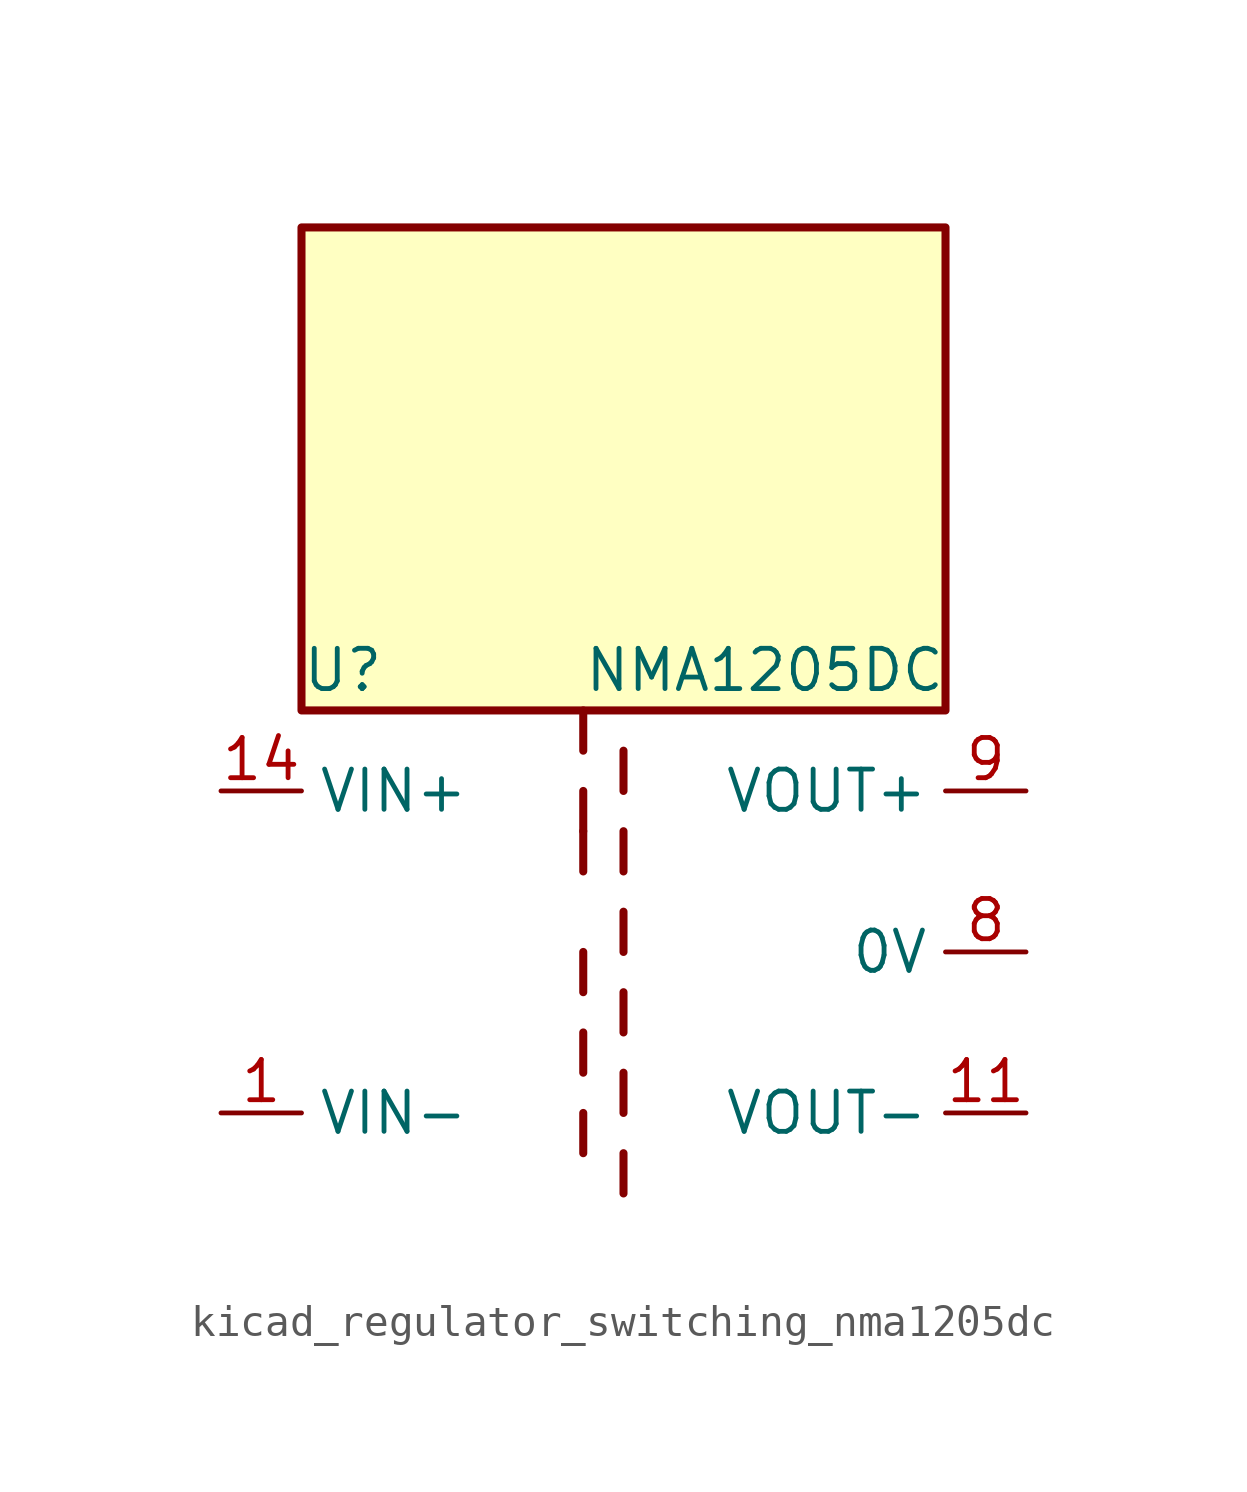
<source format=kicad_sym>
(kicad_symbol_lib
  (version 20220914)
  (generator kicad_symbol_editor)
  (symbol "kicad_regulator_switching_nma1205dc"
    (property "Reference" "U"
      (at -10.16 8.89 0)
      (effects (font (size 1.27 1.27)) (justify left)))
    (property "Value" "NMA1205DC"
      (at -1.27 8.89 0)
      (effects (font (size 1.27 1.27)) (justify left)))
    (symbol "kicad_regulator_switching_nma1205dc_0_1"
      (polyline (pts (xy -1.27 -5.08) (xy -1.27 -6.35)) (stroke (width 0.254) (type default)) (fill (type none)))
      (polyline (pts (xy -1.27 -2.54) (xy -1.27 -3.81)) (stroke (width 0.254) (type default)) (fill (type none)))
      (polyline (pts (xy -1.27 0) (xy -1.27 -1.27)) (stroke (width 0.254) (type default)) (fill (type none)))
      (polyline (pts (xy -1.27 2.54) (xy -1.27 3.81)) (stroke (width 0.254) (type default)) (fill (type none)))
      (polyline (pts (xy -1.27 5.08) (xy -1.27 3.81)) (stroke (width 0.254) (type default)) (fill (type none)))
      (polyline (pts (xy -1.27 7.62) (xy -1.27 6.35)) (stroke (width 0.254) (type default)) (fill (type none)))
      (polyline (pts (xy 0 -7.62) (xy 0 -6.35)) (stroke (width 0.254) (type default)) (fill (type none)))
      (polyline (pts (xy 0 -5.08) (xy 0 -3.81)) (stroke (width 0.254) (type default)) (fill (type none)))
      (polyline (pts (xy 0 -1.27) (xy 0 -2.54)) (stroke (width 0.254) (type default)) (fill (type none)))
      (polyline (pts (xy 0 0) (xy 0 1.27)) (stroke (width 0.254) (type default)) (fill (type none)))
      (polyline (pts (xy 0 2.54) (xy 0 3.81)) (stroke (width 0.254) (type default)) (fill (type none)))
      (polyline (pts (xy 0 5.08) (xy 0 6.35)) (stroke (width 0.254) (type default)) (fill (type none)))
      (rectangle (start 10.16 22.86) (end -10.16 7.62) (stroke (width 0.254) (type default)) (fill (type background))))
    (symbol "kicad_regulator_switching_nma1205dc_1_1"
      (pin power_in line (at -12.7 -5.08 0) (length 2.54) (name "VIN-" (effects (font (size 1.27 1.27)))) (number "1" (effects (font (size 1.27 1.27)))))
      (pin power_out line (at 12.7 -5.08 180) (length 2.54) (name "VOUT-" (effects (font (size 1.27 1.27)))) (number "11" (effects (font (size 1.27 1.27)))))
      (pin power_in line (at -12.7 5.08 0) (length 2.54) (name "VIN+" (effects (font (size 1.27 1.27)))) (number "14" (effects (font (size 1.27 1.27)))))
      (pin no_connect line (at -10.16 0 0) (length 2.54) hide (name "NC" (effects (font (size 1.27 1.27)))) (number "7" (effects (font (size 1.27 1.27)))))
      (pin power_out line (at 12.7 0 180) (length 2.54) (name "0V" (effects (font (size 1.27 1.27)))) (number "8" (effects (font (size 1.27 1.27)))))
      (pin power_out line (at 12.7 5.08 180) (length 2.54) (name "VOUT+" (effects (font (size 1.27 1.27)))) (number "9" (effects (font (size 1.27 1.27))))))))
</source>
